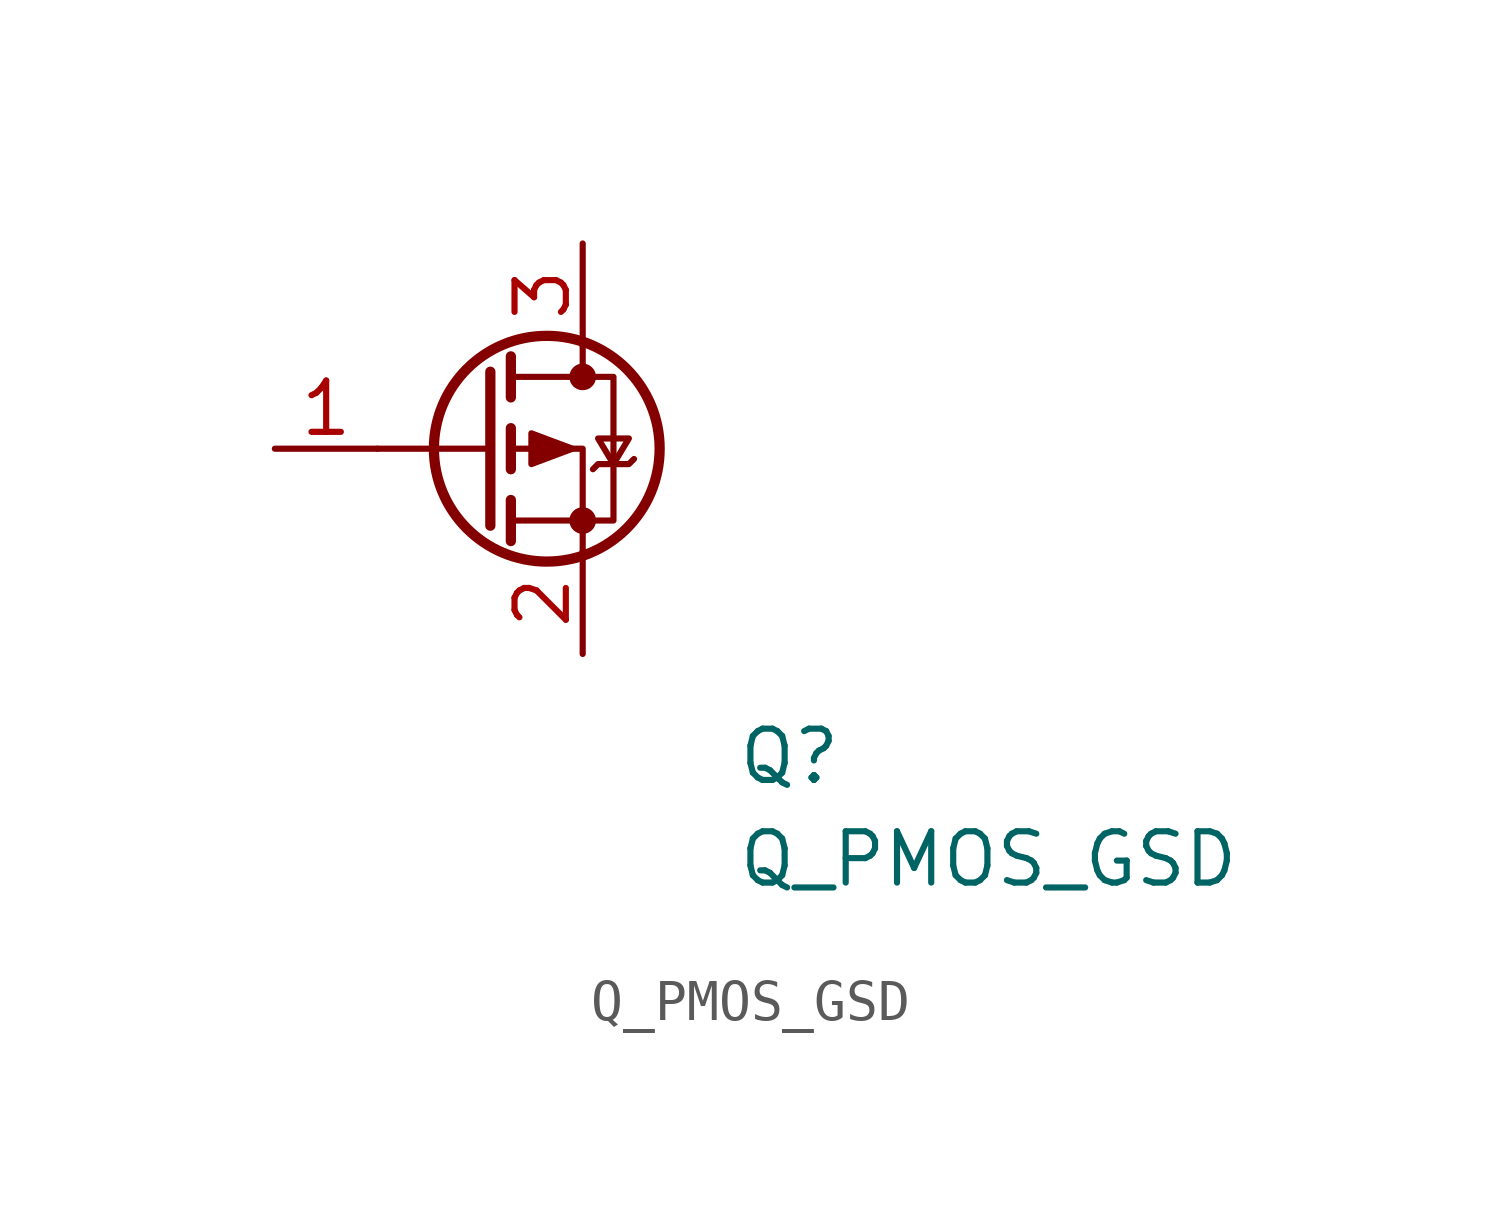
<source format=kicad_sym>
(kicad_symbol_lib
  (version 20220914)
  (generator kicad_symbol_editor)
  (symbol "Q_PMOS_GSD"
    (pin_names
      (offset 0) hide)
    (property "Reference" "Q"
      (at 6.35 -7.62 0)
      (effects (font (size 1.27 1.27)) (justify left)))
    (property "Value" "Q_PMOS_GSD"
      (at 6.35 -10.16 0)
      (effects (font (size 1.27 1.27)) (justify left)))
    (symbol "Q_PMOS_GSD_0_1"
      (polyline (pts (xy 0.254 0) (xy -2.54 0)) (stroke (width 0) (type solid)) (fill (type none)))
      (polyline (pts (xy 0.254 1.905) (xy 0.254 -1.905)) (stroke (width 0.254) (type solid)) (fill (type none)))
      (polyline (pts (xy 0.762 -1.27) (xy 0.762 -2.286)) (stroke (width 0.254) (type solid)) (fill (type none)))
      (polyline (pts (xy 0.762 0.508) (xy 0.762 -0.508)) (stroke (width 0.254) (type solid)) (fill (type none)))
      (polyline (pts (xy 0.762 2.286) (xy 0.762 1.27)) (stroke (width 0.254) (type solid)) (fill (type none)))
      (polyline (pts (xy 2.54 2.54) (xy 2.54 1.778)) (stroke (width 0) (type solid)) (fill (type none)))
      (polyline (pts (xy 2.54 -2.54) (xy 2.54 0) (xy 0.762 0)) (stroke (width 0) (type solid)) (fill (type none)))
      (polyline (pts (xy 0.762 1.778) (xy 3.302 1.778) (xy 3.302 -1.778) (xy 0.762 -1.778)) (stroke (width 0) (type solid)) (fill (type none)))
      (polyline (pts (xy 2.286 0) (xy 1.27 0.381) (xy 1.27 -0.381) (xy 2.286 0)) (stroke (width 0) (type solid)) (fill (type outline)))
      (polyline (pts (xy 2.794 -0.508) (xy 2.921 -0.381) (xy 3.683 -0.381) (xy 3.81 -0.254)) (stroke (width 0) (type solid)) (fill (type none)))
      (polyline (pts (xy 3.302 -0.381) (xy 2.921 0.254) (xy 3.683 0.254) (xy 3.302 -0.381)) (stroke (width 0) (type solid)) (fill (type none)))
      (circle (center 1.651 0) (radius 2.794) (stroke (width 0.254) (type solid)) (fill (type none)))
      (circle (center 2.54 -1.778) (radius 0.254) (stroke (width 0) (type solid)) (fill (type outline)))
      (circle (center 2.54 1.778) (radius 0.254) (stroke (width 0) (type solid)) (fill (type outline))))
    (symbol "Q_PMOS_GSD_1_1"
      (pin input line (at -5.08 0 0) (length 2.54) (name "G" (effects (font (size 1.27 1.27)))) (number "1" (effects (font (size 1.27 1.27)))))
      (pin passive line (at 2.54 -5.08 90) (length 2.54) (name "S" (effects (font (size 1.27 1.27)))) (number "2" (effects (font (size 1.27 1.27)))))
      (pin passive line (at 2.54 5.08 270) (length 2.54) (name "D" (effects (font (size 1.27 1.27)))) (number "3" (effects (font (size 1.27 1.27))))))))
</source>
